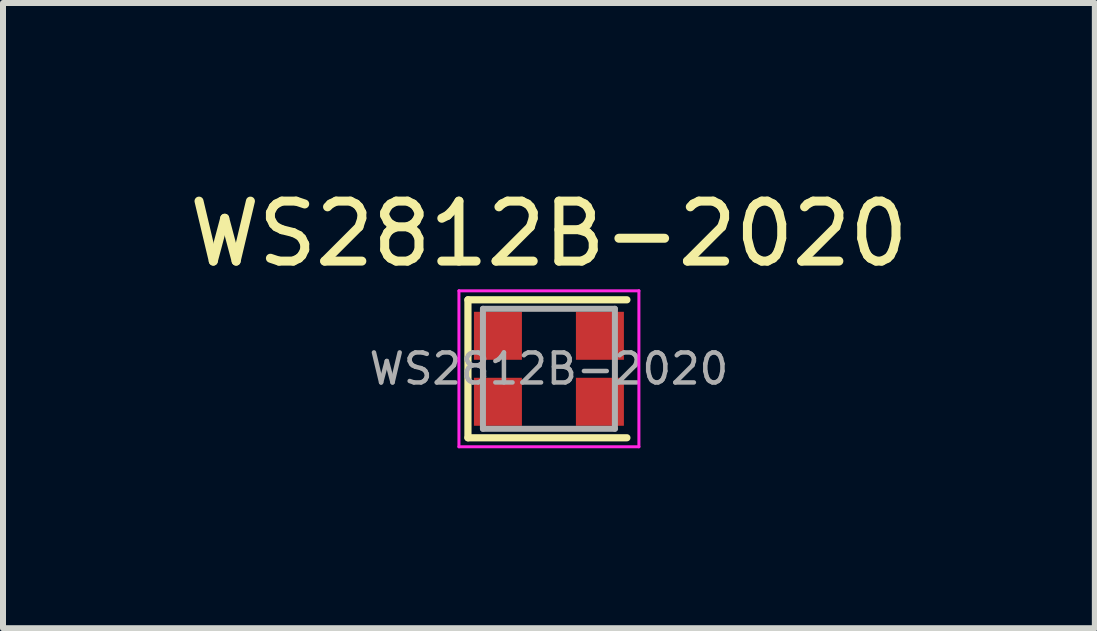
<source format=kicad_pcb>
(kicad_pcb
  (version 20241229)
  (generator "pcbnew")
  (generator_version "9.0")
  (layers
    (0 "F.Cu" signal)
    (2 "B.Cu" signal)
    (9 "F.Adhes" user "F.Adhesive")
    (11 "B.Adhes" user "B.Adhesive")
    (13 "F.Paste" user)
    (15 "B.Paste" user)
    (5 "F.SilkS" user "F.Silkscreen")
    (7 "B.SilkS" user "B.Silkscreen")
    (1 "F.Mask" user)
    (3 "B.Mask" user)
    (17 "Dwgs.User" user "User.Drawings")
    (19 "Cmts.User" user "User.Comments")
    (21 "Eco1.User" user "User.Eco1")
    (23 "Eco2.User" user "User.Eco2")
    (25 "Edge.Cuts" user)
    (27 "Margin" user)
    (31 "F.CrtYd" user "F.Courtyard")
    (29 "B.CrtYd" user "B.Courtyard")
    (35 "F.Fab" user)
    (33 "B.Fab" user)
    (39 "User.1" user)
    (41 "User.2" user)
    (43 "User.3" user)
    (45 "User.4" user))
  (footprint "WS2812B-2020"
    (layer "F.Cu")
    (at 6.101 3.098)
    (property "Reference" "WS2812B-2020" (at 0 -2.25 0) (layer "F.SilkS") (effects (font (size 1 1) (thickness 0.15))))
    (attr smd)
    (fp_line (start -1.35 -1.15) (end 1.3 -1.15) (stroke (width 0.12) (type solid)) (layer "F.SilkS"))
    (fp_line (start -1.35 1.15) (end -1.35 -1.15) (stroke (width 0.12) (type solid)) (layer "F.SilkS"))
    (fp_line (start -1.35 1.15) (end 1.3 1.15) (stroke (width 0.12) (type solid)) (layer "F.SilkS"))
    (fp_line (start -1.5 -1.3) (end -1.5 1.3) (stroke (width 0.05) (type solid)) (layer "F.CrtYd"))
    (fp_line (start -1.5 1.3) (end 1.5 1.3) (stroke (width 0.05) (type solid)) (layer "F.CrtYd"))
    (fp_line (start 1.5 -1.3) (end -1.5 -1.3) (stroke (width 0.05) (type solid)) (layer "F.CrtYd"))
    (fp_line (start 1.5 1.3) (end 1.5 -1.3) (stroke (width 0.05) (type solid)) (layer "F.CrtYd"))
    (fp_line (start -1.1 -1) (end -1.1 1) (stroke (width 0.1) (type solid)) (layer "F.Fab"))
    (fp_line (start -1.1 1) (end 1.1 1) (stroke (width 0.1) (type solid)) (layer "F.Fab"))
    (fp_line (start 1.1 -1) (end -1.1 -1) (stroke (width 0.1) (type solid)) (layer "F.Fab"))
    (fp_line (start 1.1 1) (end 1.1 -1) (stroke (width 0.1) (type solid)) (layer "F.Fab"))
    (fp_text user "${REFERENCE}" (at 0 0 0) (layer "F.Fab") (effects (font (size 0.5 0.5) (thickness 0.075))))
    (pad "1" smd rect (at -0.85 -0.55) (size 0.8 0.8) (layers "F.Cu" "F.Mask" "F.Paste"))
    (pad "2" smd rect (at -0.85 0.55) (size 0.8 0.8) (layers "F.Cu" "F.Mask" "F.Paste"))
    (pad "3" smd rect (at 0.85 0.55) (size 0.8 0.8) (layers "F.Cu" "F.Mask" "F.Paste"))
    (pad "4" smd rect (at 0.85 -0.55) (size 0.8 0.8) (layers "F.Cu" "F.Mask" "F.Paste")))
  (gr_rect
    (start -3 -3)
    (end 15.202 7.423)
    (stroke (width 0.1) (type default))
    (fill no)
    (layer "Edge.Cuts")))
</source>
